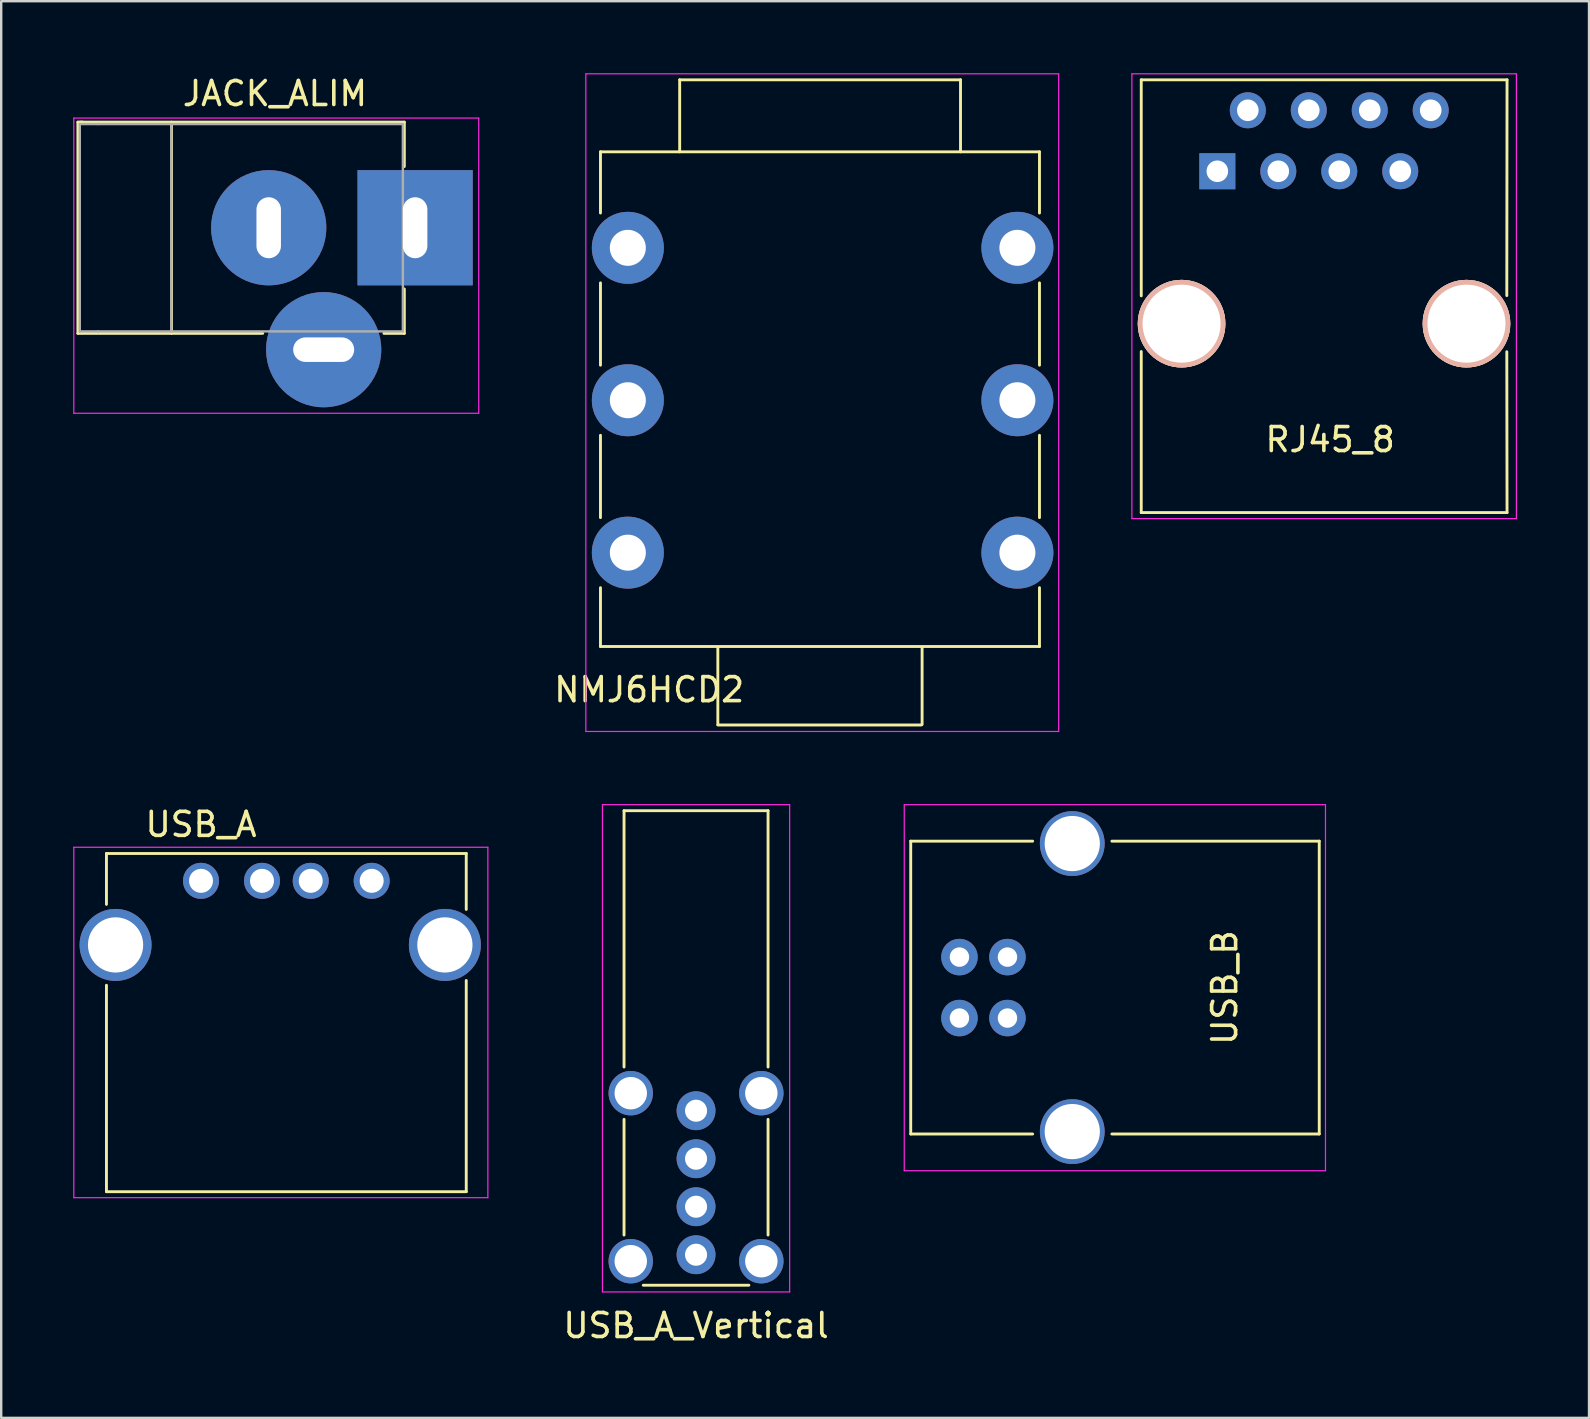
<source format=kicad_pcb>
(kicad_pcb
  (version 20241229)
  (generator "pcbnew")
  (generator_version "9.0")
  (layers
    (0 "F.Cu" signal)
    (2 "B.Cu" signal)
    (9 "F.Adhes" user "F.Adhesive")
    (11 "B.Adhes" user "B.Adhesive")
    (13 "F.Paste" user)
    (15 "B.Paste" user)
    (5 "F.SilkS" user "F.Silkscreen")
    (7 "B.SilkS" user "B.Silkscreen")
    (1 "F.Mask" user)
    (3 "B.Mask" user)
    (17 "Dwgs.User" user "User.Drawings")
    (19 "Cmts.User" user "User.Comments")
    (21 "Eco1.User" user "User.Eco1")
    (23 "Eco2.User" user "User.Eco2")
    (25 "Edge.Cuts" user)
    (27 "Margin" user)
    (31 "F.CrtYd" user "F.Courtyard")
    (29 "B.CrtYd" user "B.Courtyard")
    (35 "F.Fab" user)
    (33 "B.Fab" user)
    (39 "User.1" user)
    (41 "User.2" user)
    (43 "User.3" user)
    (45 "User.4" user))
  (footprint "USB_A"
    (layer "F.Cu")
    (at 5.325 33.648)
    (property "Reference" "USB_A" (at 0 -2.35 0) (layer "F.SilkS") (effects (font (size 1 1) (thickness 0.15))))
    (attr through_hole)
    (fp_line (start -3.94 -1.14) (end -3.94 0.98) (stroke (width 0.12) (type solid)) (layer "F.SilkS"))
    (fp_line (start -3.94 4.35) (end -3.94 12.95) (stroke (width 0.12) (type solid)) (layer "F.SilkS"))
    (fp_line (start 11.05 -1.14) (end -3.94 -1.14) (stroke (width 0.12) (type solid)) (layer "F.SilkS"))
    (fp_line (start 11.05 -1.14) (end 11.05 1.19) (stroke (width 0.12) (type solid)) (layer "F.SilkS"))
    (fp_line (start 11.05 4.15) (end 11.05 12.95) (stroke (width 0.12) (type solid)) (layer "F.SilkS"))
    (fp_line (start 11.05 12.95) (end -3.94 12.95) (stroke (width 0.12) (type solid)) (layer "F.SilkS"))
    (fp_line (start -5.3 -1.4) (end 11.95 -1.4) (stroke (width 0.05) (type solid)) (layer "F.CrtYd"))
    (fp_line (start -5.3 13.2) (end -5.3 -1.4) (stroke (width 0.05) (type solid)) (layer "F.CrtYd"))
    (fp_line (start -5.3 13.2) (end 11.95 13.2) (stroke (width 0.05) (type solid)) (layer "F.CrtYd"))
    (fp_line (start 11.95 -1.4) (end 11.95 13.2) (stroke (width 0.05) (type solid)) (layer "F.CrtYd"))
    (pad "1" thru_hole circle (at 0 0 270) (size 1.5 1.5) (drill 1) (layers "*.Cu" "*.Mask"))
    (pad "2" thru_hole circle (at 2.54 0 270) (size 1.5 1.5) (drill 1) (layers "*.Cu" "*.Mask"))
    (pad "3" thru_hole circle (at 4.57 0 270) (size 1.5 1.5) (drill 1) (layers "*.Cu" "*.Mask"))
    (pad "4" thru_hole circle (at 7.11 0 270) (size 1.5 1.5) (drill 1) (layers "*.Cu" "*.Mask"))
    (pad "5" thru_hole circle (at -3.56 2.67 270) (size 3 3) (drill 2.3) (layers "*.Cu" "*.Mask"))
    (pad "5" thru_hole circle (at 10.16 2.67 270) (size 3 3) (drill 2.3) (layers "*.Cu" "*.Mask")))
  (footprint "USB_A_Vertical"
    (layer "F.Cu")
    (at 25.949 43.225)
    (property "Reference" "USB_A_Vertical" (at 0 8.95 0) (layer "F.SilkS") (effects (font (size 1 1) (thickness 0.15))))
    (attr through_hole)
    (fp_line (start -3 -12.5) (end 3 -12.5) (stroke (width 0.12) (type solid)) (layer "F.SilkS"))
    (fp_line (start -3 -1.82) (end -3 -12.5) (stroke (width 0.12) (type solid)) (layer "F.SilkS"))
    (fp_line (start -3 0.36) (end -3 5.18) (stroke (width 0.12) (type solid)) (layer "F.SilkS"))
    (fp_line (start 2.2 7.27) (end -2.2 7.27) (stroke (width 0.12) (type solid)) (layer "F.SilkS"))
    (fp_line (start 3 -1.82) (end 3 -12.5) (stroke (width 0.12) (type solid)) (layer "F.SilkS"))
    (fp_line (start 3 0.36) (end 3 5.18) (stroke (width 0.12) (type solid)) (layer "F.SilkS"))
    (fp_line (start -3.9 -12.75) (end 3.9 -12.75) (stroke (width 0.05) (type solid)) (layer "F.CrtYd"))
    (fp_line (start -3.9 7.55) (end -3.9 -12.75) (stroke (width 0.05) (type solid)) (layer "F.CrtYd"))
    (fp_line (start 3.9 -12.75) (end 3.9 7.55) (stroke (width 0.05) (type solid)) (layer "F.CrtYd"))
    (fp_line (start 3.9 7.55) (end -3.9 7.55) (stroke (width 0.05) (type solid)) (layer "F.CrtYd"))
    (pad "1" thru_hole circle (at 0 0) (size 1.62 1.62) (drill 0.92) (layers "*.Cu" "*.Mask"))
    (pad "2" thru_hole circle (at 0 2) (size 1.62 1.62) (drill 0.92) (layers "*.Cu" "*.Mask"))
    (pad "3" thru_hole circle (at 0 4) (size 1.62 1.62) (drill 0.92) (layers "*.Cu" "*.Mask"))
    (pad "4" thru_hole circle (at 0 6) (size 1.62 1.62) (drill 0.92) (layers "*.Cu" "*.Mask"))
    (pad "5" thru_hole circle (at -2.72 -0.73) (size 1.85 1.85) (drill 1.35) (layers "*.Cu" "*.Mask"))
    (pad "5" thru_hole circle (at -2.72 6.27) (size 1.85 1.85) (drill 1.35) (layers "*.Cu" "*.Mask"))
    (pad "5" thru_hole circle (at 2.72 -0.73) (size 1.85 1.85) (drill 1.35) (layers "*.Cu" "*.Mask"))
    (pad "5" thru_hole circle (at 2.72 6.27) (size 1.85 1.85) (drill 1.35) (layers "*.Cu" "*.Mask")))
  (footprint "USB_B"
    (layer "F.Cu")
    (at 36.923 36.825)
    (property "Reference" "USB_B" (at 11.05 1.27 90) (layer "F.SilkS") (effects (font (size 1 1) (thickness 0.15))))
    (attr through_hole)
    (fp_line (start -2.03 -4.83) (end 3.05 -4.83) (stroke (width 0.12) (type solid)) (layer "F.SilkS"))
    (fp_line (start -2.03 7.37) (end -2.03 -4.83) (stroke (width 0.12) (type solid)) (layer "F.SilkS"))
    (fp_line (start -2.03 7.37) (end 3.05 7.37) (stroke (width 0.12) (type solid)) (layer "F.SilkS"))
    (fp_line (start 6.35 -4.83) (end 14.99 -4.83) (stroke (width 0.12) (type solid)) (layer "F.SilkS"))
    (fp_line (start 6.35 7.37) (end 14.99 7.37) (stroke (width 0.12) (type solid)) (layer "F.SilkS"))
    (fp_line (start 14.99 -4.83) (end 14.99 7.37) (stroke (width 0.12) (type solid)) (layer "F.SilkS"))
    (fp_line (start -2.3 -6.35) (end 15.25 -6.35) (stroke (width 0.05) (type solid)) (layer "F.CrtYd"))
    (fp_line (start -2.3 8.9) (end -2.3 -6.35) (stroke (width 0.05) (type solid)) (layer "F.CrtYd"))
    (fp_line (start 15.25 -6.35) (end 15.25 8.9) (stroke (width 0.05) (type solid)) (layer "F.CrtYd"))
    (fp_line (start 15.25 8.9) (end -2.3 8.9) (stroke (width 0.05) (type solid)) (layer "F.CrtYd"))
    (pad "1" thru_hole circle (at 0 0 270) (size 1.52 1.52) (drill 0.81) (layers "*.Cu" "*.Mask"))
    (pad "2" thru_hole circle (at 0 2.54 270) (size 1.52 1.52) (drill 0.81) (layers "*.Cu" "*.Mask"))
    (pad "3" thru_hole circle (at 2 2.54 270) (size 1.52 1.52) (drill 0.81) (layers "*.Cu" "*.Mask"))
    (pad "4" thru_hole circle (at 2 0 270) (size 1.52 1.52) (drill 0.81) (layers "*.Cu" "*.Mask"))
    (pad "5" thru_hole circle (at 4.7 -4.73 270) (size 2.7 2.7) (drill 2.3) (layers "*.Cu" "*.Mask"))
    (pad "5" thru_hole circle (at 4.7 7.27 270) (size 2.7 2.7) (drill 2.3) (layers "*.Cu" "*.Mask")))
  (footprint "NMJ6HCD2"
    (layer "F.Cu")
    (at 23.107 7.275)
    (property "Reference" "NMJ6HCD2" (at 0.89 18.41 0) (layer "F.SilkS") (effects (font (size 1 1) (thickness 0.15))))
    (attr through_hole)
    (fp_line (start -1.14 -4) (end 17.15 -4) (stroke (width 0.12) (type solid)) (layer "F.SilkS"))
    (fp_line (start -1.14 -1.45) (end -1.14 -4) (stroke (width 0.12) (type solid)) (layer "F.SilkS"))
    (fp_line (start -1.14 4.89) (end -1.14 1.46) (stroke (width 0.12) (type solid)) (layer "F.SilkS"))
    (fp_line (start -1.14 11.24) (end -1.14 7.81) (stroke (width 0.12) (type solid)) (layer "F.SilkS"))
    (fp_line (start -1.14 16.61) (end -1.14 14.16) (stroke (width 0.12) (type solid)) (layer "F.SilkS"))
    (fp_line (start -1.14 16.61) (end 17.15 16.61) (stroke (width 0.12) (type solid)) (layer "F.SilkS"))
    (fp_line (start 2.16 -7) (end 2.16 -4) (stroke (width 0.12) (type solid)) (layer "F.SilkS"))
    (fp_line (start 2.16 -7) (end 13.86 -7) (stroke (width 0.12) (type solid)) (layer "F.SilkS"))
    (fp_line (start 3.75 16.64) (end 3.75 19.86) (stroke (width 0.12) (type solid)) (layer "F.SilkS"))
    (fp_line (start 3.75 19.88) (end 12.23 19.88) (stroke (width 0.12) (type solid)) (layer "F.SilkS"))
    (fp_line (start 12.26 16.64) (end 12.26 19.86) (stroke (width 0.12) (type solid)) (layer "F.SilkS"))
    (fp_line (start 13.86 -7) (end 13.86 -4) (stroke (width 0.12) (type solid)) (layer "F.SilkS"))
    (fp_line (start 17.15 -4) (end 17.15 -1.45) (stroke (width 0.12) (type solid)) (layer "F.SilkS"))
    (fp_line (start 17.15 1.46) (end 17.15 4.89) (stroke (width 0.12) (type solid)) (layer "F.SilkS"))
    (fp_line (start 17.15 7.81) (end 17.15 11.24) (stroke (width 0.12) (type solid)) (layer "F.SilkS"))
    (fp_line (start 17.15 16.61) (end 17.15 14.16) (stroke (width 0.12) (type solid)) (layer "F.SilkS"))
    (fp_line (start -1.75 -7.25) (end -1.75 20.15) (stroke (width 0.05) (type solid)) (layer "F.CrtYd"))
    (fp_line (start -1.75 -7.25) (end 17.95 -7.25) (stroke (width 0.05) (type solid)) (layer "F.CrtYd"))
    (fp_line (start -1.75 20.15) (end 17.95 20.15) (stroke (width 0.05) (type solid)) (layer "F.CrtYd"))
    (fp_line (start 17.95 20.15) (end 17.95 -7.25) (stroke (width 0.05) (type solid)) (layer "F.CrtYd"))
    (pad "1" thru_hole circle (at 0 0) (size 3 3) (drill 1.5) (layers "*.Cu" "*.Mask"))
    (pad "2" thru_hole circle (at 0 12.7) (size 3 3) (drill 1.5) (layers "*.Cu" "*.Mask"))
    (pad "3" thru_hole circle (at 0 6.35) (size 3 3) (drill 1.5) (layers "*.Cu" "*.Mask"))
    (pad "4" thru_hole circle (at 16.23 0) (size 3 3) (drill 1.5) (layers "*.Cu" "*.Mask"))
    (pad "5" thru_hole circle (at 16.23 12.7) (size 3 3) (drill 1.5) (layers "*.Cu" "*.Mask"))
    (pad "6" thru_hole circle (at 16.23 6.35) (size 3 3) (drill 1.5) (layers "*.Cu" "*.Mask")))
  (footprint "RJ45_8"
    (layer "F.Cu")
    (at 47.667 4.085)
    (property "Reference" "RJ45_8" (at 4.7 11.18 0) (layer "F.SilkS") (effects (font (size 1 1) (thickness 0.15))))
    (attr through_hole)
    (fp_line (start -3.17 -3.81) (end -3.17 5.19) (stroke (width 0.12) (type solid)) (layer "F.SilkS"))
    (fp_line (start -3.17 7.51) (end -3.17 14.22) (stroke (width 0.12) (type solid)) (layer "F.SilkS"))
    (fp_line (start -3.17 14.22) (end 12.07 14.22) (stroke (width 0.12) (type solid)) (layer "F.SilkS"))
    (fp_line (start 12.06 7.52) (end 12.07 14.22) (stroke (width 0.12) (type solid)) (layer "F.SilkS"))
    (fp_line (start 12.07 -3.81) (end -3.17 -3.81) (stroke (width 0.12) (type solid)) (layer "F.SilkS"))
    (fp_line (start 12.07 -3.81) (end 12.06 5.18) (stroke (width 0.12) (type solid)) (layer "F.SilkS"))
    (fp_line (start -3.56 -4.06) (end -3.56 14.47) (stroke (width 0.05) (type solid)) (layer "F.CrtYd"))
    (fp_line (start -3.56 -4.06) (end 12.46 -4.06) (stroke (width 0.05) (type solid)) (layer "F.CrtYd"))
    (fp_line (start 12.46 14.47) (end -3.56 14.47) (stroke (width 0.05) (type solid)) (layer "F.CrtYd"))
    (fp_line (start 12.46 14.47) (end 12.46 -4.06) (stroke (width 0.05) (type solid)) (layer "F.CrtYd"))
    (pad "" np_thru_hole circle (at -1.49 6.35) (size 3.65 3.65) (drill 3.25) (layers "*.Cu" "*.SilkS" "*.Mask"))
    (pad "" np_thru_hole circle (at 10.38 6.35) (size 3.65 3.65) (drill 3.25) (layers "*.Cu" "*.SilkS" "*.Mask"))
    (pad "1" thru_hole rect (at 0 0) (size 1.5 1.5) (drill 0.9) (layers "*.Cu" "*.Mask"))
    (pad "2" thru_hole circle (at 1.27 -2.54) (size 1.5 1.5) (drill 0.9) (layers "*.Cu" "*.Mask"))
    (pad "3" thru_hole circle (at 2.54 0) (size 1.5 1.5) (drill 0.9) (layers "*.Cu" "*.Mask"))
    (pad "4" thru_hole circle (at 3.81 -2.54) (size 1.5 1.5) (drill 0.9) (layers "*.Cu" "*.Mask"))
    (pad "5" thru_hole circle (at 5.08 0) (size 1.5 1.5) (drill 0.9) (layers "*.Cu" "*.Mask"))
    (pad "6" thru_hole circle (at 6.35 -2.54) (size 1.5 1.5) (drill 0.9) (layers "*.Cu" "*.Mask"))
    (pad "7" thru_hole circle (at 7.62 0) (size 1.5 1.5) (drill 0.9) (layers "*.Cu" "*.Mask"))
    (pad "8" thru_hole circle (at 8.89 -2.54) (size 1.5 1.5) (drill 0.9) (layers "*.Cu" "*.Mask")))
  (footprint "JACK_ALIM"
    (layer "F.Cu")
    (at 14.245 6.438)
    (property "Reference" "JACK_ALIM" (at -5.84 -5.59 0) (layer "F.SilkS") (effects (font (size 1 1) (thickness 0.15))))
    (attr through_hole)
    (fp_line (start -14.05 -4.4) (end -13.85 -4.4) (stroke (width 0.12) (type solid)) (layer "F.SilkS"))
    (fp_line (start -14.05 4.4) (end -14.05 -4.4) (stroke (width 0.12) (type solid)) (layer "F.SilkS"))
    (fp_line (start -13.95 -4.4) (end -0.45 -4.4) (stroke (width 0.12) (type solid)) (layer "F.SilkS"))
    (fp_line (start -10.15 -4.4) (end -10.15 4.4) (stroke (width 0.12) (type solid)) (layer "F.SilkS"))
    (fp_line (start -6.35 4.4) (end -14.05 4.4) (stroke (width 0.12) (type solid)) (layer "F.SilkS"))
    (fp_line (start -0.45 -4.4) (end -0.45 -2.55) (stroke (width 0.12) (type solid)) (layer "F.SilkS"))
    (fp_line (start -0.45 2.55) (end -0.45 4.4) (stroke (width 0.12) (type solid)) (layer "F.SilkS"))
    (fp_line (start -0.45 4.4) (end -1.3 4.4) (stroke (width 0.12) (type solid)) (layer "F.SilkS"))
    (fp_line (start -14.22 -4.57) (end -14.22 7.73) (stroke (width 0.05) (type solid)) (layer "F.CrtYd"))
    (fp_line (start -14.22 -4.57) (end 2.65 -4.57) (stroke (width 0.05) (type solid)) (layer "F.CrtYd"))
    (fp_line (start 2.65 7.73) (end -14.22 7.73) (stroke (width 0.05) (type solid)) (layer "F.CrtYd"))
    (fp_line (start 2.65 7.73) (end 2.65 -4.57) (stroke (width 0.05) (type solid)) (layer "F.CrtYd"))
    (fp_line (start -13.97 -4.32) (end -13.97 4.32) (stroke (width 0.1) (type solid)) (layer "F.Fab"))
    (fp_line (start -13.97 4.32) (end -13.21 4.32) (stroke (width 0.1) (type solid)) (layer "F.Fab"))
    (fp_line (start -13.21 -4.32) (end -13.97 -4.32) (stroke (width 0.1) (type solid)) (layer "F.Fab"))
    (fp_line (start -13.21 -4.32) (end -0.51 -4.32) (stroke (width 0.1) (type solid)) (layer "F.Fab"))
    (fp_line (start -13.21 4.32) (end -0.51 4.32) (stroke (width 0.1) (type solid)) (layer "F.Fab"))
    (fp_line (start -10.16 -4.32) (end -10.16 4.32) (stroke (width 0.1) (type solid)) (layer "F.Fab"))
    (fp_line (start -0.51 -4.32) (end -0.51 4.32) (stroke (width 0.1) (type solid)) (layer "F.Fab"))
    (pad "1" thru_hole rect (at 0 0) (size 4.8 4.8) (drill oval 1.02 2.54) (layers "*.Cu" "*.Mask"))
    (pad "2" thru_hole circle (at -6.1 0) (size 4.8 4.8) (drill oval 1.02 2.54) (layers "*.Cu" "*.Mask"))
    (pad "3" thru_hole circle (at -3.81 5.08) (size 4.8 4.8) (drill oval 2.54 1.02) (layers "*.Cu" "*.Mask")))
  (gr_rect
    (start -3 -3)
    (end 63.152 56.023)
    (stroke (width 0.1) (type default))
    (fill no)
    (layer "Edge.Cuts")))
</source>
